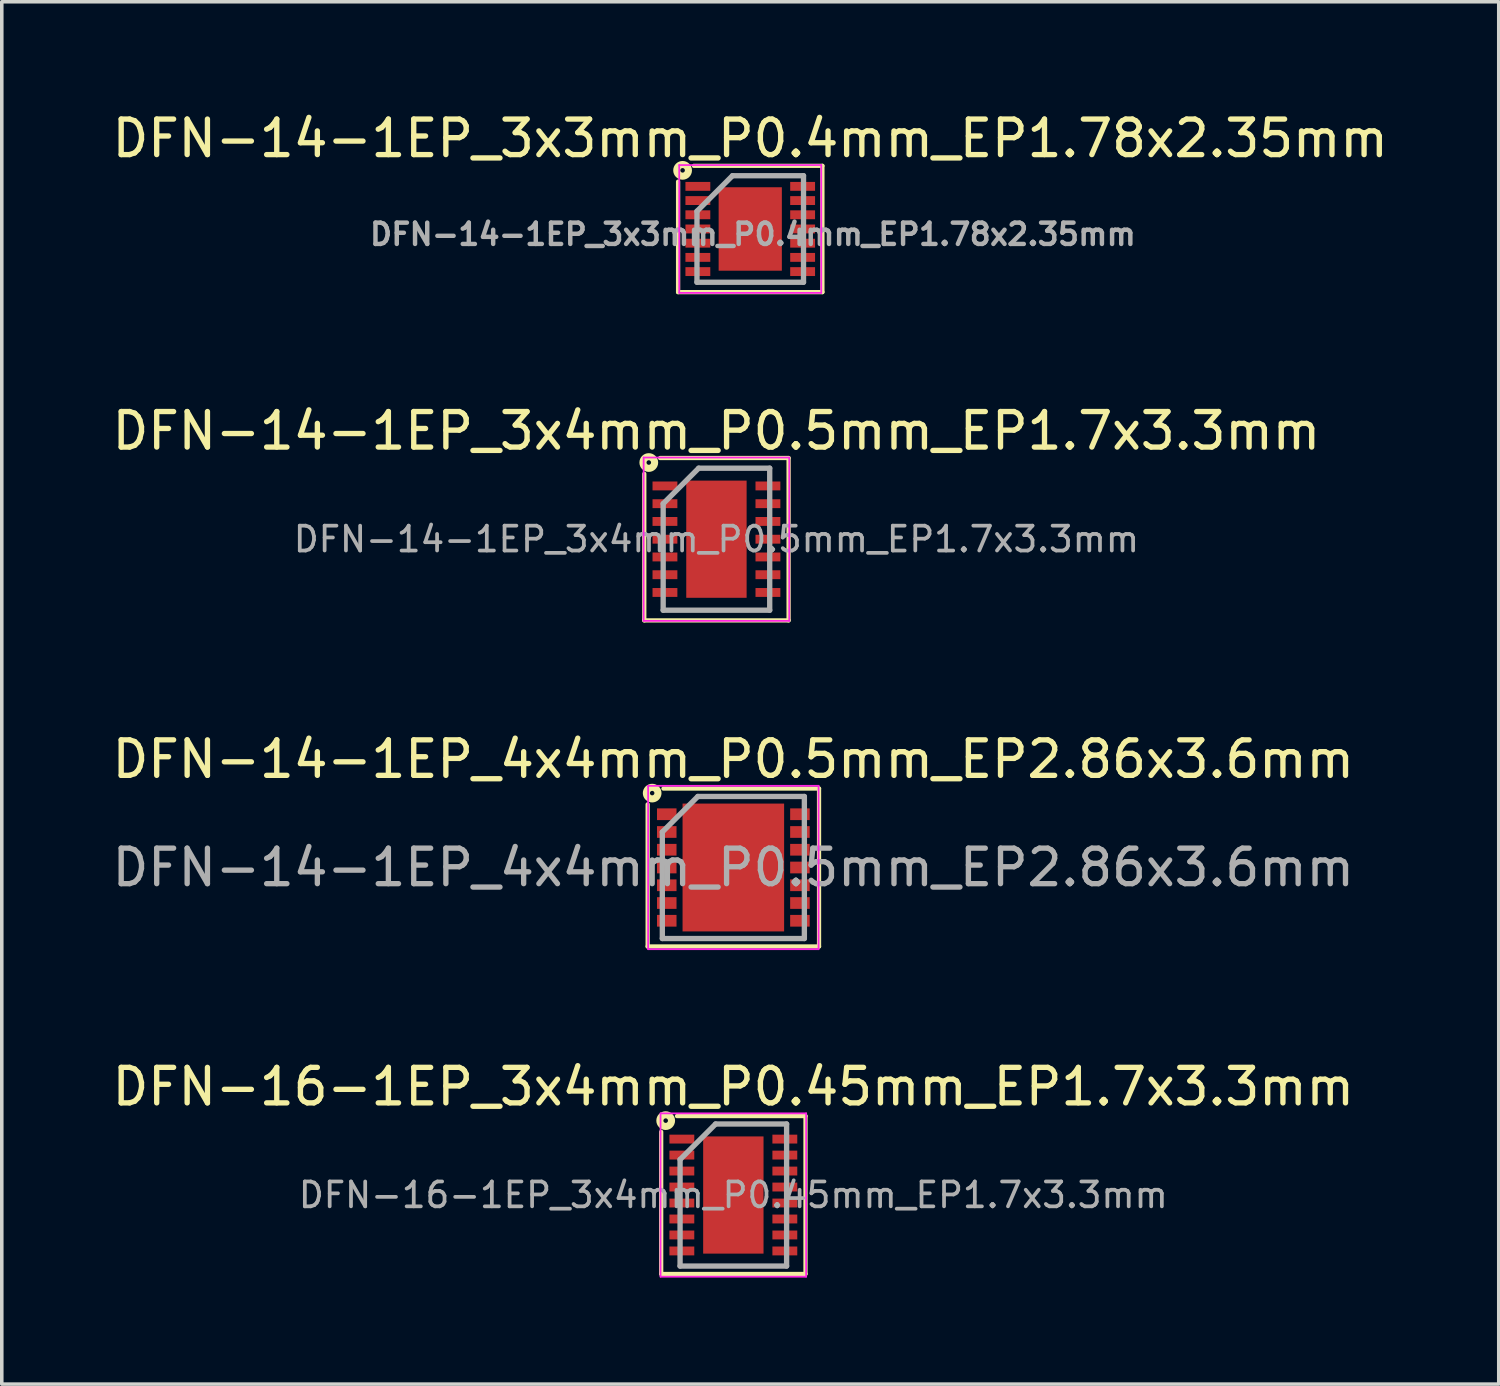
<source format=kicad_pcb>
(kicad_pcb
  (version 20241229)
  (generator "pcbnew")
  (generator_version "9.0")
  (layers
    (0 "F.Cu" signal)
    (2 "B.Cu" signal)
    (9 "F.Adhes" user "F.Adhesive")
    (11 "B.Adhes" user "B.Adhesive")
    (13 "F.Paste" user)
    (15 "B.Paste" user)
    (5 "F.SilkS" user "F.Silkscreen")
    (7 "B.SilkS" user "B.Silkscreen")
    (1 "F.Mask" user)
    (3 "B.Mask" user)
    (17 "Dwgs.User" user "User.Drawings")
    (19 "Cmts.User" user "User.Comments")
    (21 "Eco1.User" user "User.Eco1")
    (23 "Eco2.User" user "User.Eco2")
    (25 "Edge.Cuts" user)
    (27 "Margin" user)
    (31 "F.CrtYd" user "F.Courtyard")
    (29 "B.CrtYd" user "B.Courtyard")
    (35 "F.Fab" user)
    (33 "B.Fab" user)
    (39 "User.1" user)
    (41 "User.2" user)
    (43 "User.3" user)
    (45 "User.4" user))
  (footprint "DFN-14-1EP_4x4mm_P0.5mm_EP2.86x3.6mm"
    (layer "F.Cu")
    (at 17.601 21.379)
    (property "Reference" "DFN-14-1EP_4x4mm_P0.5mm_EP2.86x3.6mm" (at 0 -3.05 0) (layer "F.SilkS") (effects (font (size 1 1) (thickness 0.15))))
    (attr smd)
    (fp_line (start -2.413 2.223) (end -2.413 -1.778) (stroke (width 0.12) (type solid)) (layer "F.SilkS"))
    (fp_line (start -1.968 -2.223) (end 2.413 -2.223) (stroke (width 0.12) (type solid)) (layer "F.SilkS"))
    (fp_line (start 2.413 -2.223) (end 2.413 2.223) (stroke (width 0.12) (type solid)) (layer "F.SilkS"))
    (fp_line (start 2.413 2.223) (end -2.413 2.223) (stroke (width 0.12) (type solid)) (layer "F.SilkS"))
    (fp_circle (center -2.286 -2.095) (end -2.223 -2.095) (stroke (width 0.2) (type solid)) (fill no) (layer "F.SilkS"))
    (fp_line (start -2.4 -2.3) (end -2.4 2.3) (stroke (width 0.05) (type solid)) (layer "F.CrtYd"))
    (fp_line (start -2.4 -2.3) (end 2.4 -2.3) (stroke (width 0.05) (type solid)) (layer "F.CrtYd"))
    (fp_line (start -2.4 2.3) (end 2.4 2.3) (stroke (width 0.05) (type solid)) (layer "F.CrtYd"))
    (fp_line (start 2.4 -2.3) (end 2.4 2.3) (stroke (width 0.05) (type solid)) (layer "F.CrtYd"))
    (fp_line (start -2 -1) (end -1 -2) (stroke (width 0.15) (type solid)) (layer "F.Fab"))
    (fp_line (start -2 2) (end -2 -1) (stroke (width 0.15) (type solid)) (layer "F.Fab"))
    (fp_line (start -1 -2) (end 2 -2) (stroke (width 0.15) (type solid)) (layer "F.Fab"))
    (fp_line (start 2 -2) (end 2 2) (stroke (width 0.15) (type solid)) (layer "F.Fab"))
    (fp_line (start 2 2) (end -2 2) (stroke (width 0.15) (type solid)) (layer "F.Fab"))
    (fp_text user "${REFERENCE}" (at 0 0 0) (layer "F.Fab") (effects (font (size 1 1) (thickness 0.15))))
    (pad "" smd rect (at -0.715 -1.35) (size 1.2 0.7) (layers "F.Paste"))
    (pad "" smd rect (at -0.715 -0.45) (size 1.2 0.7) (layers "F.Paste"))
    (pad "" smd rect (at -0.715 0.45) (size 1.2 0.7) (layers "F.Paste"))
    (pad "" smd rect (at -0.715 1.35) (size 1.2 0.7) (layers "F.Paste"))
    (pad "" smd rect (at 0.715 -1.35) (size 1.2 0.7) (layers "F.Paste"))
    (pad "" smd rect (at 0.715 -0.45) (size 1.2 0.7) (layers "F.Paste"))
    (pad "" smd rect (at 0.715 0.45) (size 1.2 0.7) (layers "F.Paste"))
    (pad "" smd rect (at 0.715 1.35) (size 1.2 0.7) (layers "F.Paste"))
    (pad "1" smd rect (at -1.875 -1.5) (size 0.55 0.33) (layers "F.Cu" "F.Mask" "F.Paste"))
    (pad "2" smd rect (at -1.875 -1) (size 0.55 0.33) (layers "F.Cu" "F.Mask" "F.Paste"))
    (pad "3" smd rect (at -1.875 -0.5) (size 0.55 0.33) (layers "F.Cu" "F.Mask" "F.Paste"))
    (pad "4" smd rect (at -1.875 0) (size 0.55 0.33) (layers "F.Cu" "F.Mask" "F.Paste"))
    (pad "5" smd rect (at -1.875 0.5) (size 0.55 0.33) (layers "F.Cu" "F.Mask" "F.Paste"))
    (pad "6" smd rect (at -1.875 1) (size 0.55 0.33) (layers "F.Cu" "F.Mask" "F.Paste"))
    (pad "7" smd rect (at -1.875 1.5) (size 0.55 0.33) (layers "F.Cu" "F.Mask" "F.Paste"))
    (pad "8" smd rect (at 1.875 1.5) (size 0.55 0.33) (layers "F.Cu" "F.Mask" "F.Paste"))
    (pad "9" smd rect (at 1.875 1) (size 0.55 0.33) (layers "F.Cu" "F.Mask" "F.Paste"))
    (pad "10" smd rect (at 1.875 0.5) (size 0.55 0.33) (layers "F.Cu" "F.Mask" "F.Paste"))
    (pad "11" smd rect (at 1.875 0) (size 0.55 0.33) (layers "F.Cu" "F.Mask" "F.Paste"))
    (pad "12" smd rect (at 1.875 -0.5) (size 0.55 0.33) (layers "F.Cu" "F.Mask" "F.Paste"))
    (pad "13" smd rect (at 1.875 -1) (size 0.55 0.33) (layers "F.Cu" "F.Mask" "F.Paste"))
    (pad "14" smd rect (at 1.875 -1.5) (size 0.55 0.33) (layers "F.Cu" "F.Mask" "F.Paste"))
    (pad "15" smd rect (at 0 0) (size 2.86 3.6) (layers "F.Cu" "F.Mask")))
  (footprint "DFN-16-1EP_3x4mm_P0.45mm_EP1.7x3.3mm"
    (layer "F.Cu")
    (at 17.601 30.602)
    (property "Reference" "DFN-16-1EP_3x4mm_P0.45mm_EP1.7x3.3mm" (at 0 -3.05 0) (layer "F.SilkS") (effects (font (size 1 1) (thickness 0.15))))
    (attr smd)
    (fp_line (start -2.032 2.223) (end -2.032 -1.778) (stroke (width 0.12) (type solid)) (layer "F.SilkS"))
    (fp_line (start -1.587 -2.223) (end 2.032 -2.223) (stroke (width 0.12) (type solid)) (layer "F.SilkS"))
    (fp_line (start 2.032 -2.223) (end 2.032 2.223) (stroke (width 0.12) (type solid)) (layer "F.SilkS"))
    (fp_line (start 2.032 2.223) (end -2.032 2.223) (stroke (width 0.12) (type solid)) (layer "F.SilkS"))
    (fp_circle (center -1.905 -2.095) (end -1.841 -2.095) (stroke (width 0.2) (type solid)) (fill no) (layer "F.SilkS"))
    (fp_line (start -2.05 -2.3) (end -2.05 2.3) (stroke (width 0.05) (type solid)) (layer "F.CrtYd"))
    (fp_line (start -2.05 -2.3) (end 2.05 -2.3) (stroke (width 0.05) (type solid)) (layer "F.CrtYd"))
    (fp_line (start -2.05 2.3) (end 2.05 2.3) (stroke (width 0.05) (type solid)) (layer "F.CrtYd"))
    (fp_line (start 2.05 -2.3) (end 2.05 2.3) (stroke (width 0.05) (type solid)) (layer "F.CrtYd"))
    (fp_line (start -1.5 -1) (end -0.5 -2) (stroke (width 0.15) (type solid)) (layer "F.Fab"))
    (fp_line (start -1.5 2) (end -1.5 -1) (stroke (width 0.15) (type solid)) (layer "F.Fab"))
    (fp_line (start -0.5 -2) (end 1.5 -2) (stroke (width 0.15) (type solid)) (layer "F.Fab"))
    (fp_line (start 1.5 -2) (end 1.5 2) (stroke (width 0.15) (type solid)) (layer "F.Fab"))
    (fp_line (start 1.5 2) (end -1.5 2) (stroke (width 0.15) (type solid)) (layer "F.Fab"))
    (fp_text user "${REFERENCE}" (at 0 0 0) (layer "F.Fab") (effects (font (size 0.7 0.7) (thickness 0.105))))
    (pad "" smd rect (at -0.425 -1.238) (size 0.685 0.67) (layers "F.Paste"))
    (pad "" smd rect (at -0.425 -0.412) (size 0.685 0.67) (layers "F.Paste"))
    (pad "" smd rect (at -0.425 0.412) (size 0.685 0.67) (layers "F.Paste"))
    (pad "" smd rect (at -0.425 1.238) (size 0.685 0.67) (layers "F.Paste"))
    (pad "" smd rect (at 0.425 -1.238) (size 0.685 0.67) (layers "F.Paste"))
    (pad "" smd rect (at 0.425 -0.412) (size 0.685 0.67) (layers "F.Paste"))
    (pad "" smd rect (at 0.425 0.412) (size 0.685 0.67) (layers "F.Paste"))
    (pad "" smd rect (at 0.425 1.238) (size 0.685 0.67) (layers "F.Paste"))
    (pad "1" smd rect (at -1.45 -1.575) (size 0.7 0.25) (layers "F.Cu" "F.Mask" "F.Paste"))
    (pad "2" smd rect (at -1.45 -1.125) (size 0.7 0.25) (layers "F.Cu" "F.Mask" "F.Paste"))
    (pad "3" smd rect (at -1.45 -0.675) (size 0.7 0.25) (layers "F.Cu" "F.Mask" "F.Paste"))
    (pad "4" smd rect (at -1.45 -0.225) (size 0.7 0.25) (layers "F.Cu" "F.Mask" "F.Paste"))
    (pad "5" smd rect (at -1.45 0.225) (size 0.7 0.25) (layers "F.Cu" "F.Mask" "F.Paste"))
    (pad "6" smd rect (at -1.45 0.675) (size 0.7 0.25) (layers "F.Cu" "F.Mask" "F.Paste"))
    (pad "7" smd rect (at -1.45 1.125) (size 0.7 0.25) (layers "F.Cu" "F.Mask" "F.Paste"))
    (pad "8" smd rect (at -1.45 1.575) (size 0.7 0.25) (layers "F.Cu" "F.Mask" "F.Paste"))
    (pad "9" smd rect (at 1.45 1.575) (size 0.7 0.25) (layers "F.Cu" "F.Mask" "F.Paste"))
    (pad "10" smd rect (at 1.45 1.125) (size 0.7 0.25) (layers "F.Cu" "F.Mask" "F.Paste"))
    (pad "11" smd rect (at 1.45 0.675) (size 0.7 0.25) (layers "F.Cu" "F.Mask" "F.Paste"))
    (pad "12" smd rect (at 1.45 0.225) (size 0.7 0.25) (layers "F.Cu" "F.Mask" "F.Paste"))
    (pad "13" smd rect (at 1.45 -0.225) (size 0.7 0.25) (layers "F.Cu" "F.Mask" "F.Paste"))
    (pad "14" smd rect (at 1.45 -0.675) (size 0.7 0.25) (layers "F.Cu" "F.Mask" "F.Paste"))
    (pad "15" smd rect (at 1.45 -1.125) (size 0.7 0.25) (layers "F.Cu" "F.Mask" "F.Paste"))
    (pad "16" smd rect (at 1.45 -1.575) (size 0.7 0.25) (layers "F.Cu" "F.Mask" "F.Paste"))
    (pad "17" smd rect (at 0 0) (size 1.7 3.3) (layers "F.Cu" "F.Mask")))
  (footprint "DFN-14-1EP_3x3mm_P0.4mm_EP1.78x2.35mm"
    (layer "F.Cu")
    (at 18.077 3.398)
    (property "Reference" "DFN-14-1EP_3x3mm_P0.4mm_EP1.78x2.35mm" (at 0 -2.55 0) (layer "F.SilkS") (effects (font (size 1 1) (thickness 0.15))))
    (attr smd)
    (fp_line (start -2.032 1.778) (end -2.032 -1.333) (stroke (width 0.12) (type solid)) (layer "F.SilkS"))
    (fp_line (start -1.587 -1.778) (end 2.032 -1.778) (stroke (width 0.12) (type solid)) (layer "F.SilkS"))
    (fp_line (start 2.032 -1.778) (end 2.032 1.778) (stroke (width 0.12) (type solid)) (layer "F.SilkS"))
    (fp_line (start 2.032 1.778) (end -2.032 1.778) (stroke (width 0.12) (type solid)) (layer "F.SilkS"))
    (fp_circle (center -1.905 -1.651) (end -1.841 -1.651) (stroke (width 0.2) (type solid)) (fill no) (layer "F.SilkS"))
    (fp_line (start -2 -1.8) (end -2 1.8) (stroke (width 0.05) (type solid)) (layer "F.CrtYd"))
    (fp_line (start -2 -1.8) (end 2 -1.8) (stroke (width 0.05) (type solid)) (layer "F.CrtYd"))
    (fp_line (start -2 1.8) (end 2 1.8) (stroke (width 0.05) (type solid)) (layer "F.CrtYd"))
    (fp_line (start 2 -1.8) (end 2 1.8) (stroke (width 0.05) (type solid)) (layer "F.CrtYd"))
    (fp_line (start -1.5 -0.5) (end -0.5 -1.5) (stroke (width 0.15) (type solid)) (layer "F.Fab"))
    (fp_line (start -1.5 1.5) (end -1.5 -0.5) (stroke (width 0.15) (type solid)) (layer "F.Fab"))
    (fp_line (start -0.5 -1.5) (end 1.5 -1.5) (stroke (width 0.15) (type solid)) (layer "F.Fab"))
    (fp_line (start 1.5 -1.5) (end 1.5 1.5) (stroke (width 0.15) (type solid)) (layer "F.Fab"))
    (fp_line (start 1.5 1.5) (end -1.5 1.5) (stroke (width 0.15) (type solid)) (layer "F.Fab"))
    (fp_text user "${REFERENCE}" (at 0.075 0.15 0) (layer "F.Fab") (effects (font (size 0.6 0.6) (thickness 0.125))))
    (pad "" smd rect (at -0.445 -0.588) (size 0.7 0.97) (layers "F.Paste"))
    (pad "" smd rect (at -0.445 0.588) (size 0.7 0.97) (layers "F.Paste"))
    (pad "" smd rect (at 0.45 -0.588) (size 0.7 0.97) (layers "F.Paste"))
    (pad "" smd rect (at 0.45 0.588) (size 0.7 0.97) (layers "F.Paste"))
    (pad "1" smd rect (at -1.475 -1.2) (size 0.7 0.25) (layers "F.Cu" "F.Mask" "F.Paste"))
    (pad "2" smd rect (at -1.475 -0.8) (size 0.7 0.25) (layers "F.Cu" "F.Mask" "F.Paste"))
    (pad "3" smd rect (at -1.475 -0.4) (size 0.7 0.25) (layers "F.Cu" "F.Mask" "F.Paste"))
    (pad "4" smd rect (at -1.475 0) (size 0.7 0.25) (layers "F.Cu" "F.Mask" "F.Paste"))
    (pad "5" smd rect (at -1.475 0.4) (size 0.7 0.25) (layers "F.Cu" "F.Mask" "F.Paste"))
    (pad "6" smd rect (at -1.475 0.8) (size 0.7 0.25) (layers "F.Cu" "F.Mask" "F.Paste"))
    (pad "7" smd rect (at -1.475 1.2) (size 0.7 0.25) (layers "F.Cu" "F.Mask" "F.Paste"))
    (pad "8" smd rect (at 1.475 1.2) (size 0.7 0.25) (layers "F.Cu" "F.Mask" "F.Paste"))
    (pad "9" smd rect (at 1.475 0.8) (size 0.7 0.25) (layers "F.Cu" "F.Mask" "F.Paste"))
    (pad "10" smd rect (at 1.475 0.4) (size 0.7 0.25) (layers "F.Cu" "F.Mask" "F.Paste"))
    (pad "11" smd rect (at 1.475 0) (size 0.7 0.25) (layers "F.Cu" "F.Mask" "F.Paste"))
    (pad "12" smd rect (at 1.475 -0.4) (size 0.7 0.25) (layers "F.Cu" "F.Mask" "F.Paste"))
    (pad "13" smd rect (at 1.475 -0.8) (size 0.7 0.25) (layers "F.Cu" "F.Mask" "F.Paste"))
    (pad "14" smd rect (at 1.475 -1.2) (size 0.7 0.25) (layers "F.Cu" "F.Mask" "F.Paste"))
    (pad "15" smd rect (at 0 0) (size 1.78 2.35) (layers "F.Cu" "F.Mask")))
  (footprint "DFN-14-1EP_3x4mm_P0.5mm_EP1.7x3.3mm"
    (layer "F.Cu")
    (at 17.125 12.134)
    (property "Reference" "DFN-14-1EP_3x4mm_P0.5mm_EP1.7x3.3mm" (at 0 -3.05 0) (layer "F.SilkS") (effects (font (size 1 1) (thickness 0.15))))
    (attr smd)
    (fp_line (start -2.032 2.286) (end -2.032 -1.841) (stroke (width 0.12) (type solid)) (layer "F.SilkS"))
    (fp_line (start -1.587 -2.286) (end 2.032 -2.286) (stroke (width 0.12) (type solid)) (layer "F.SilkS"))
    (fp_line (start 2.032 -2.286) (end 2.032 2.286) (stroke (width 0.12) (type solid)) (layer "F.SilkS"))
    (fp_line (start 2.032 2.286) (end -2.032 2.286) (stroke (width 0.12) (type solid)) (layer "F.SilkS"))
    (fp_circle (center -1.905 -2.159) (end -1.841 -2.159) (stroke (width 0.2) (type solid)) (fill no) (layer "F.SilkS"))
    (fp_line (start -2.05 -2.3) (end -2.05 2.3) (stroke (width 0.05) (type solid)) (layer "F.CrtYd"))
    (fp_line (start -2.05 -2.3) (end 2.05 -2.3) (stroke (width 0.05) (type solid)) (layer "F.CrtYd"))
    (fp_line (start -2.05 2.3) (end 2.05 2.3) (stroke (width 0.05) (type solid)) (layer "F.CrtYd"))
    (fp_line (start 2.05 -2.3) (end 2.05 2.3) (stroke (width 0.05) (type solid)) (layer "F.CrtYd"))
    (fp_line (start -1.5 -1) (end -0.5 -2) (stroke (width 0.15) (type solid)) (layer "F.Fab"))
    (fp_line (start -1.5 2) (end -1.5 -1) (stroke (width 0.15) (type solid)) (layer "F.Fab"))
    (fp_line (start -0.5 -2) (end 1.5 -2) (stroke (width 0.15) (type solid)) (layer "F.Fab"))
    (fp_line (start 1.5 -2) (end 1.5 2) (stroke (width 0.15) (type solid)) (layer "F.Fab"))
    (fp_line (start 1.5 2) (end -1.5 2) (stroke (width 0.15) (type solid)) (layer "F.Fab"))
    (fp_text user "${REFERENCE}" (at 0 0 0) (layer "F.Fab") (effects (font (size 0.7 0.7) (thickness 0.105))))
    (pad "" smd rect (at -0.425 -1.238) (size 0.685 0.67) (layers "F.Paste"))
    (pad "" smd rect (at -0.425 -0.412) (size 0.685 0.67) (layers "F.Paste"))
    (pad "" smd rect (at -0.425 0.412) (size 0.685 0.67) (layers "F.Paste"))
    (pad "" smd rect (at -0.425 1.238) (size 0.685 0.67) (layers "F.Paste"))
    (pad "" smd rect (at 0.425 -1.238) (size 0.685 0.67) (layers "F.Paste"))
    (pad "" smd rect (at 0.425 -0.412) (size 0.685 0.67) (layers "F.Paste"))
    (pad "" smd rect (at 0.425 0.412) (size 0.685 0.67) (layers "F.Paste"))
    (pad "" smd rect (at 0.425 1.238) (size 0.685 0.67) (layers "F.Paste"))
    (pad "1" smd rect (at -1.45 -1.5) (size 0.7 0.25) (layers "F.Cu" "F.Mask" "F.Paste"))
    (pad "2" smd rect (at -1.45 -1) (size 0.7 0.25) (layers "F.Cu" "F.Mask" "F.Paste"))
    (pad "3" smd rect (at -1.45 -0.5) (size 0.7 0.25) (layers "F.Cu" "F.Mask" "F.Paste"))
    (pad "4" smd rect (at -1.45 0) (size 0.7 0.25) (layers "F.Cu" "F.Mask" "F.Paste"))
    (pad "5" smd rect (at -1.45 0.5) (size 0.7 0.25) (layers "F.Cu" "F.Mask" "F.Paste"))
    (pad "6" smd rect (at -1.45 1) (size 0.7 0.25) (layers "F.Cu" "F.Mask" "F.Paste"))
    (pad "7" smd rect (at -1.45 1.5) (size 0.7 0.25) (layers "F.Cu" "F.Mask" "F.Paste"))
    (pad "8" smd rect (at 1.45 1.5) (size 0.7 0.25) (layers "F.Cu" "F.Mask" "F.Paste"))
    (pad "9" smd rect (at 1.45 1) (size 0.7 0.25) (layers "F.Cu" "F.Mask" "F.Paste"))
    (pad "10" smd rect (at 1.45 0.5) (size 0.7 0.25) (layers "F.Cu" "F.Mask" "F.Paste"))
    (pad "11" smd rect (at 1.45 0) (size 0.7 0.25) (layers "F.Cu" "F.Mask" "F.Paste"))
    (pad "12" smd rect (at 1.45 -0.5) (size 0.7 0.25) (layers "F.Cu" "F.Mask" "F.Paste"))
    (pad "13" smd rect (at 1.45 -1) (size 0.7 0.25) (layers "F.Cu" "F.Mask" "F.Paste"))
    (pad "14" smd rect (at 1.45 -1.5) (size 0.7 0.25) (layers "F.Cu" "F.Mask" "F.Paste"))
    (pad "15" smd rect (at 0 0) (size 1.7 3.3) (layers "F.Cu" "F.Mask")))
  (gr_rect
    (start -3 -3)
    (end 39.155 35.927)
    (stroke (width 0.1) (type default))
    (fill no)
    (layer "Edge.Cuts")))
</source>
